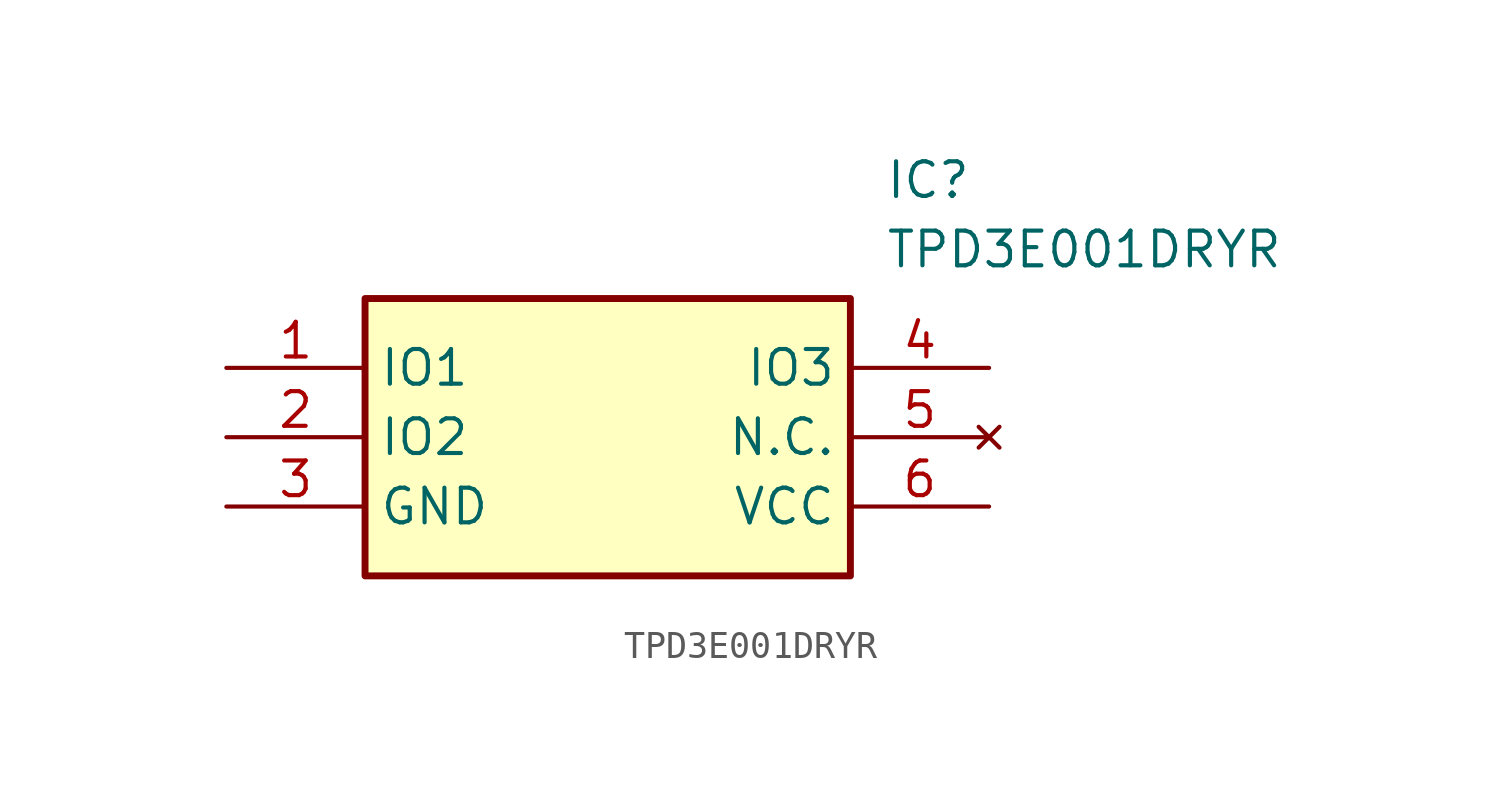
<source format=kicad_sym>
(kicad_symbol_lib
  (version 20211014)
  (generator SamacSys_ECAD_Model)
  (symbol "TPD3E001DRYR"
    (property "Reference" "IC"
      (at 24.13 7.62 0)
      (effects (font (size 1.27 1.27)) (justify left top)))
    (property "Value" "TPD3E001DRYR"
      (at 24.13 5.08 0)
      (effects (font (size 1.27 1.27)) (justify left top)))
    (rectangle
      (start 5.08 2.54)
      (end 22.86 -7.62)
      (stroke (width 0.254) (type default))
      (fill (type background)))
    (pin passive line
      (at 0 0 0)
      (length 5.08)
      (name "IO1" (effects (font (size 1.27 1.27))))
      (number "1" (effects (font (size 1.27 1.27)))))
    (pin passive line
      (at 0 -2.54 0)
      (length 5.08)
      (name "IO2" (effects (font (size 1.27 1.27))))
      (number "2" (effects (font (size 1.27 1.27)))))
    (pin passive line
      (at 0 -5.08 0)
      (length 5.08)
      (name "GND" (effects (font (size 1.27 1.27))))
      (number "3" (effects (font (size 1.27 1.27)))))
    (pin passive line
      (at 27.94 0 180)
      (length 5.08)
      (name "IO3" (effects (font (size 1.27 1.27))))
      (number "4" (effects (font (size 1.27 1.27)))))
    (pin no_connect line
      (at 27.94 -2.54 180)
      (length 5.08)
      (name "N.C." (effects (font (size 1.27 1.27))))
      (number "5" (effects (font (size 1.27 1.27)))))
    (pin passive line
      (at 27.94 -5.08 180)
      (length 5.08)
      (name "VCC" (effects (font (size 1.27 1.27))))
      (number "6" (effects (font (size 1.27 1.27)))))))
</source>
